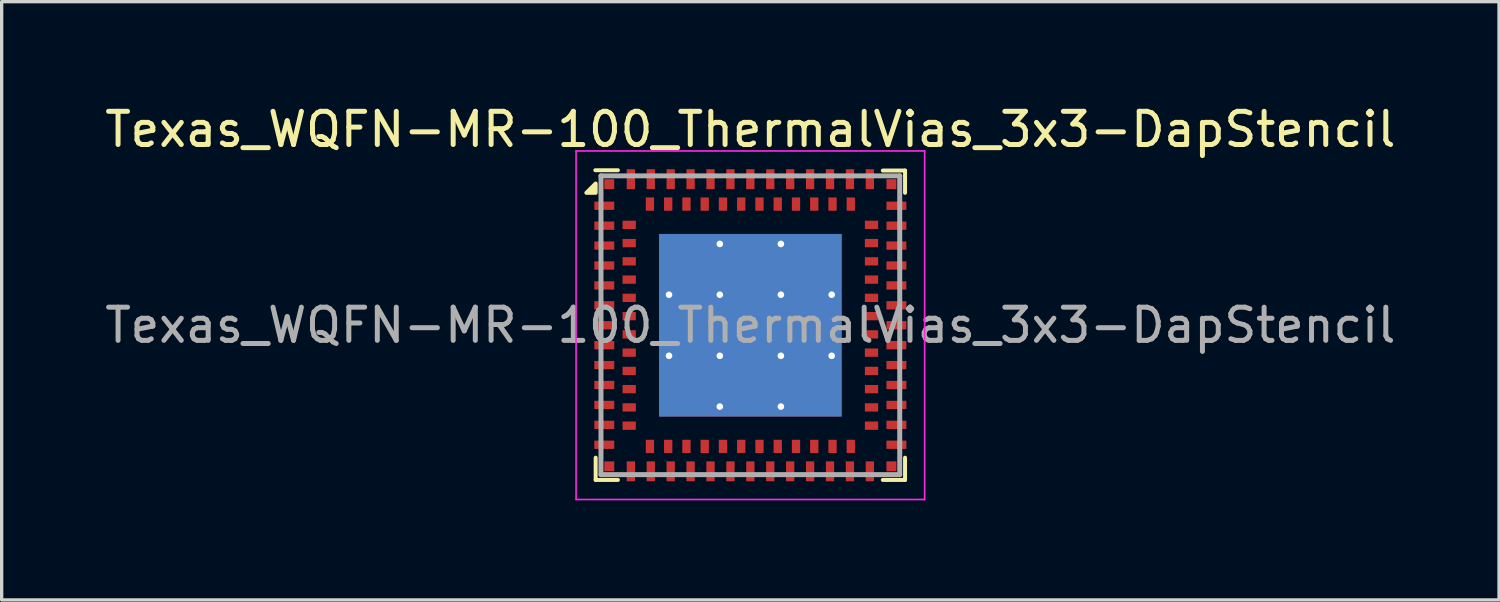
<source format=kicad_pcb>
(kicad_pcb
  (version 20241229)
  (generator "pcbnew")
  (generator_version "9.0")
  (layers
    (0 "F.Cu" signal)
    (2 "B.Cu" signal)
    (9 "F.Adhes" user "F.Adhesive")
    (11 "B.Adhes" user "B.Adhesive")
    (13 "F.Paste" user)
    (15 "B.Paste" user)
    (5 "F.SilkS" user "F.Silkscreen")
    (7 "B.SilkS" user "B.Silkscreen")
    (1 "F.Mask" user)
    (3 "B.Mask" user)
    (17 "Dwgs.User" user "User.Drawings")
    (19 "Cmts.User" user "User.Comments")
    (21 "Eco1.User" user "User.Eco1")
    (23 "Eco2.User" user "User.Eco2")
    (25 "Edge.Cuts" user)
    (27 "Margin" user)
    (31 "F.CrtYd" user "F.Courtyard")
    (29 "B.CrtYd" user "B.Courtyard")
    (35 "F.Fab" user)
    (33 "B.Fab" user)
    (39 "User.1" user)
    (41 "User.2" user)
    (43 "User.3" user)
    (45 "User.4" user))
  (footprint "Texas_WQFN-MR-100_ThermalVias_3x3-DapStencil"
    (layer "F.Cu")
    (at 19.554 6.748)
    (property "Reference" "Texas_WQFN-MR-100_ThermalVias_3x3-DapStencil" (at 0 -5.9 0) (layer "F.SilkS") (effects (font (size 1 1) (thickness 0.15))))
    (attr smd)
    (fp_line (start -4.67 -4.67) (end -3.99 -4.67) (stroke (width 0.12) (type solid)) (layer "F.SilkS"))
    (fp_line (start -4.66 3.99) (end -4.66 4.66) (stroke (width 0.12) (type solid)) (layer "F.SilkS"))
    (fp_line (start -4.66 4.66) (end -3.99 4.66) (stroke (width 0.12) (type solid)) (layer "F.SilkS"))
    (fp_line (start 4.66 -4.66) (end 3.99 -4.66) (stroke (width 0.12) (type solid)) (layer "F.SilkS"))
    (fp_line (start 4.66 -3.99) (end 4.66 -4.66) (stroke (width 0.12) (type solid)) (layer "F.SilkS"))
    (fp_line (start 4.66 3.99) (end 4.66 4.66) (stroke (width 0.12) (type solid)) (layer "F.SilkS"))
    (fp_line (start 4.66 4.66) (end 3.99 4.66) (stroke (width 0.12) (type solid)) (layer "F.SilkS"))
    (fp_poly (pts (xy -4.66 -3.99) (xy -4.94 -3.99) (xy -4.66 -4.27) (xy -4.66 -3.99)) (stroke (width 0.12) (type solid)) (fill yes) (layer "F.SilkS"))
    (fp_line (start -5.25 -5.25) (end 5.25 -5.25) (stroke (width 0.05) (type solid)) (layer "F.CrtYd"))
    (fp_line (start -5.25 5.25) (end -5.25 -5.25) (stroke (width 0.05) (type solid)) (layer "F.CrtYd"))
    (fp_line (start 5.25 -5.25) (end 5.25 5.25) (stroke (width 0.05) (type solid)) (layer "F.CrtYd"))
    (fp_line (start 5.25 5.25) (end -5.25 5.25) (stroke (width 0.05) (type solid)) (layer "F.CrtYd"))
    (fp_line (start -4.5 -4.5) (end -4.5 4.5) (stroke (width 0.15) (type solid)) (layer "F.Fab"))
    (fp_line (start -4.5 -4.5) (end 4.5 -4.5) (stroke (width 0.15) (type solid)) (layer "F.Fab"))
    (fp_line (start -4.5 4.5) (end 4.5 4.5) (stroke (width 0.15) (type solid)) (layer "F.Fab"))
    (fp_line (start 4.5 -4.5) (end 4.5 4.5) (stroke (width 0.15) (type solid)) (layer "F.Fab"))
    (fp_text user "${REFERENCE}" (at 0 0 0) (layer "F.Fab") (effects (font (size 1 1) (thickness 0.15))))
    (pad "A1" smd rect (at -4.4 -3.6 90) (size 0.25 0.6) (layers "F.Cu" "F.Mask" "F.Paste"))
    (pad "A2" smd rect (at -4.4 -3 90) (size 0.25 0.6) (layers "F.Cu" "F.Mask" "F.Paste"))
    (pad "A3" smd rect (at -4.4 -2.4 90) (size 0.25 0.6) (layers "F.Cu" "F.Mask" "F.Paste"))
    (pad "A4" smd rect (at -4.4 -1.8 90) (size 0.25 0.6) (layers "F.Cu" "F.Mask" "F.Paste"))
    (pad "A5" smd rect (at -4.4 -1.2 90) (size 0.25 0.6) (layers "F.Cu" "F.Mask" "F.Paste"))
    (pad "A6" smd rect (at -4.4 -0.6 90) (size 0.25 0.6) (layers "F.Cu" "F.Mask" "F.Paste"))
    (pad "A7" smd rect (at -4.4 0 90) (size 0.25 0.6) (layers "F.Cu" "F.Mask" "F.Paste"))
    (pad "A8" smd rect (at -4.4 0.6 90) (size 0.25 0.6) (layers "F.Cu" "F.Mask" "F.Paste"))
    (pad "A9" smd rect (at -4.4 1.2 90) (size 0.25 0.6) (layers "F.Cu" "F.Mask" "F.Paste"))
    (pad "A10" smd rect (at -4.4 1.8 90) (size 0.25 0.6) (layers "F.Cu" "F.Mask" "F.Paste"))
    (pad "A11" smd rect (at -4.4 2.4 90) (size 0.25 0.6) (layers "F.Cu" "F.Mask" "F.Paste"))
    (pad "A12" smd rect (at -4.4 3 90) (size 0.25 0.6) (layers "F.Cu" "F.Mask" "F.Paste"))
    (pad "A13" smd rect (at -4.4 3.6 90) (size 0.25 0.6) (layers "F.Cu" "F.Mask" "F.Paste"))
    (pad "A14" smd rect (at -3.6 4.4) (size 0.25 0.6) (layers "F.Cu" "F.Mask" "F.Paste"))
    (pad "A15" smd rect (at -3 4.4) (size 0.25 0.6) (layers "F.Cu" "F.Mask" "F.Paste"))
    (pad "A16" smd rect (at -2.4 4.4) (size 0.25 0.6) (layers "F.Cu" "F.Mask" "F.Paste"))
    (pad "A17" smd rect (at -1.8 4.4) (size 0.25 0.6) (layers "F.Cu" "F.Mask" "F.Paste"))
    (pad "A18" smd rect (at -1.2 4.4) (size 0.25 0.6) (layers "F.Cu" "F.Mask" "F.Paste"))
    (pad "A19" smd rect (at -0.6 4.4) (size 0.25 0.6) (layers "F.Cu" "F.Mask" "F.Paste"))
    (pad "A20" smd rect (at 0 4.4) (size 0.25 0.6) (layers "F.Cu" "F.Mask" "F.Paste"))
    (pad "A21" smd rect (at 0.6 4.4) (size 0.25 0.6) (layers "F.Cu" "F.Mask" "F.Paste"))
    (pad "A22" smd rect (at 1.2 4.4) (size 0.25 0.6) (layers "F.Cu" "F.Mask" "F.Paste"))
    (pad "A23" smd rect (at 1.8 4.4) (size 0.25 0.6) (layers "F.Cu" "F.Mask" "F.Paste"))
    (pad "A24" smd rect (at 2.4 4.4) (size 0.25 0.6) (layers "F.Cu" "F.Mask" "F.Paste"))
    (pad "A25" smd rect (at 3 4.4) (size 0.25 0.6) (layers "F.Cu" "F.Mask" "F.Paste"))
    (pad "A26" smd rect (at 3.6 4.4) (size 0.25 0.6) (layers "F.Cu" "F.Mask" "F.Paste"))
    (pad "A27" smd rect (at 4.4 3.6 90) (size 0.25 0.6) (layers "F.Cu" "F.Mask" "F.Paste"))
    (pad "A28" smd rect (at 4.4 3 90) (size 0.25 0.6) (layers "F.Cu" "F.Mask" "F.Paste"))
    (pad "A29" smd rect (at 4.4 2.4 90) (size 0.25 0.6) (layers "F.Cu" "F.Mask" "F.Paste"))
    (pad "A30" smd rect (at 4.4 1.8 90) (size 0.25 0.6) (layers "F.Cu" "F.Mask" "F.Paste"))
    (pad "A31" smd rect (at 4.4 1.2 90) (size 0.25 0.6) (layers "F.Cu" "F.Mask" "F.Paste"))
    (pad "A32" smd rect (at 4.4 0.6 90) (size 0.25 0.6) (layers "F.Cu" "F.Mask" "F.Paste"))
    (pad "A33" smd rect (at 4.4 0 90) (size 0.25 0.6) (layers "F.Cu" "F.Mask" "F.Paste"))
    (pad "A34" smd rect (at 4.4 -0.6 90) (size 0.25 0.6) (layers "F.Cu" "F.Mask" "F.Paste"))
    (pad "A35" smd rect (at 4.4 -1.2 90) (size 0.25 0.6) (layers "F.Cu" "F.Mask" "F.Paste"))
    (pad "A36" smd rect (at 4.4 -1.8 90) (size 0.25 0.6) (layers "F.Cu" "F.Mask" "F.Paste"))
    (pad "A37" smd rect (at 4.4 -2.4 90) (size 0.25 0.6) (layers "F.Cu" "F.Mask" "F.Paste"))
    (pad "A38" smd rect (at 4.4 -3 90) (size 0.25 0.6) (layers "F.Cu" "F.Mask" "F.Paste"))
    (pad "A39" smd rect (at 4.4 -3.6 90) (size 0.25 0.6) (layers "F.Cu" "F.Mask" "F.Paste"))
    (pad "A40" smd rect (at 3.6 -4.4) (size 0.25 0.6) (layers "F.Cu" "F.Mask" "F.Paste"))
    (pad "A41" smd rect (at 3 -4.4) (size 0.25 0.6) (layers "F.Cu" "F.Mask" "F.Paste"))
    (pad "A42" smd rect (at 2.4 -4.4) (size 0.25 0.6) (layers "F.Cu" "F.Mask" "F.Paste"))
    (pad "A43" smd rect (at 1.8 -4.4) (size 0.25 0.6) (layers "F.Cu" "F.Mask" "F.Paste"))
    (pad "A44" smd rect (at 1.2 -4.4) (size 0.25 0.6) (layers "F.Cu" "F.Mask" "F.Paste"))
    (pad "A45" smd rect (at 0.6 -4.4) (size 0.25 0.6) (layers "F.Cu" "F.Mask" "F.Paste"))
    (pad "A46" smd rect (at 0 -4.4) (size 0.25 0.6) (layers "F.Cu" "F.Mask" "F.Paste"))
    (pad "A47" smd rect (at -0.6 -4.4) (size 0.25 0.6) (layers "F.Cu" "F.Mask" "F.Paste"))
    (pad "A48" smd rect (at -1.2 -4.4) (size 0.25 0.6) (layers "F.Cu" "F.Mask" "F.Paste"))
    (pad "A49" smd rect (at -1.8 -4.4) (size 0.25 0.6) (layers "F.Cu" "F.Mask" "F.Paste"))
    (pad "A50" smd rect (at -2.4 -4.4) (size 0.25 0.6) (layers "F.Cu" "F.Mask" "F.Paste"))
    (pad "A51" smd rect (at -3 -4.4) (size 0.25 0.6) (layers "F.Cu" "F.Mask" "F.Paste"))
    (pad "A52" smd rect (at -3.6 -4.4) (size 0.25 0.6) (layers "F.Cu" "F.Mask" "F.Paste"))
    (pad "A53" thru_hole circle (at -2.45 -0.92) (size 0.5 0.5) (drill 0.2) (layers "*.Cu"))
    (pad "A53" thru_hole circle (at -2.45 0.92) (size 0.5 0.5) (drill 0.2) (layers "*.Cu"))
    (pad "A53" smd rect (at -1.835 -1.835) (size 1.83 1.83) (layers "F.Cu" "F.Mask" "F.Paste"))
    (pad "A53" smd rect (at -1.835 0) (size 1.83 1.84) (layers "F.Cu" "F.Mask" "F.Paste"))
    (pad "A53" smd rect (at -1.835 1.835) (size 1.83 1.83) (layers "F.Cu" "F.Mask" "F.Paste"))
    (pad "A53" thru_hole circle (at -0.92 -2.45) (size 0.5 0.5) (drill 0.2) (layers "*.Cu"))
    (pad "A53" thru_hole circle (at -0.92 -0.92) (size 0.5 0.5) (drill 0.2) (layers "*.Cu"))
    (pad "A53" thru_hole circle (at -0.92 0.92) (size 0.5 0.5) (drill 0.2) (layers "*.Cu"))
    (pad "A53" thru_hole circle (at -0.92 2.45) (size 0.5 0.5) (drill 0.2) (layers "*.Cu"))
    (pad "A53" smd rect (at 0 -1.835) (size 1.84 1.83) (layers "F.Cu" "F.Mask" "F.Paste"))
    (pad "A53" smd rect (at 0 0) (size 1.84 1.84) (layers "F.Cu" "F.Mask" "F.Paste"))
    (pad "A53" smd rect (at 0 0) (size 5.5 5.5) (layers "B.Cu"))
    (pad "A53" smd rect (at 0 1.835) (size 1.84 1.83) (layers "F.Cu" "F.Mask" "F.Paste"))
    (pad "A53" thru_hole circle (at 0.92 -2.45) (size 0.5 0.5) (drill 0.2) (layers "*.Cu"))
    (pad "A53" thru_hole circle (at 0.92 -0.92) (size 0.5 0.5) (drill 0.2) (layers "*.Cu"))
    (pad "A53" thru_hole circle (at 0.92 0.92) (size 0.5 0.5) (drill 0.2) (layers "*.Cu"))
    (pad "A53" thru_hole circle (at 0.92 2.45) (size 0.5 0.5) (drill 0.2) (layers "*.Cu"))
    (pad "A53" smd rect (at 1.835 -1.835) (size 1.83 1.83) (layers "F.Cu" "F.Mask" "F.Paste"))
    (pad "A53" smd rect (at 1.835 0) (size 1.83 1.84) (layers "F.Cu" "F.Mask" "F.Paste"))
    (pad "A53" smd rect (at 1.835 1.835) (size 1.83 1.83) (layers "F.Cu" "F.Mask" "F.Paste"))
    (pad "A53" thru_hole circle (at 2.45 -0.92) (size 0.5 0.5) (drill 0.2) (layers "*.Cu"))
    (pad "A53" thru_hole circle (at 2.45 0.92) (size 0.5 0.5) (drill 0.2) (layers "*.Cu"))
    (pad "B1" smd rect (at -3.65 -3.025 90) (size 0.25 0.4) (layers "F.Cu" "F.Mask" "F.Paste"))
    (pad "B2" smd rect (at -3.65 -2.475 90) (size 0.25 0.4) (layers "F.Cu" "F.Mask" "F.Paste"))
    (pad "B3" smd rect (at -3.65 -1.925 90) (size 0.25 0.4) (layers "F.Cu" "F.Mask" "F.Paste"))
    (pad "B4" smd rect (at -3.65 -1.375 90) (size 0.25 0.4) (layers "F.Cu" "F.Mask" "F.Paste"))
    (pad "B5" smd rect (at -3.65 -0.825 90) (size 0.25 0.4) (layers "F.Cu" "F.Mask" "F.Paste"))
    (pad "B6" smd rect (at -3.65 -0.275 90) (size 0.25 0.4) (layers "F.Cu" "F.Mask" "F.Paste"))
    (pad "B7" smd rect (at -3.65 0.275 90) (size 0.25 0.4) (layers "F.Cu" "F.Mask" "F.Paste"))
    (pad "B8" smd rect (at -3.65 0.825 90) (size 0.25 0.4) (layers "F.Cu" "F.Mask" "F.Paste"))
    (pad "B9" smd rect (at -3.65 1.375 90) (size 0.25 0.4) (layers "F.Cu" "F.Mask" "F.Paste"))
    (pad "B10" smd rect (at -3.65 1.925 90) (size 0.25 0.4) (layers "F.Cu" "F.Mask" "F.Paste"))
    (pad "B11" smd rect (at -3.65 2.475 90) (size 0.25 0.4) (layers "F.Cu" "F.Mask" "F.Paste"))
    (pad "B12" smd rect (at -3.65 3.025 90) (size 0.25 0.4) (layers "F.Cu" "F.Mask" "F.Paste"))
    (pad "B13" smd rect (at -3.025 3.65) (size 0.25 0.4) (layers "F.Cu" "F.Mask" "F.Paste"))
    (pad "B14" smd rect (at -2.475 3.65) (size 0.25 0.4) (layers "F.Cu" "F.Mask" "F.Paste"))
    (pad "B15" smd rect (at -1.925 3.65) (size 0.25 0.4) (layers "F.Cu" "F.Mask" "F.Paste"))
    (pad "B16" smd rect (at -1.375 3.65) (size 0.25 0.4) (layers "F.Cu" "F.Mask" "F.Paste"))
    (pad "B17" smd rect (at -0.825 3.65) (size 0.25 0.4) (layers "F.Cu" "F.Mask" "F.Paste"))
    (pad "B18" smd rect (at -0.275 3.65) (size 0.25 0.4) (layers "F.Cu" "F.Mask" "F.Paste"))
    (pad "B19" smd rect (at 0.275 3.65) (size 0.25 0.4) (layers "F.Cu" "F.Mask" "F.Paste"))
    (pad "B20" smd rect (at 0.825 3.65) (size 0.25 0.4) (layers "F.Cu" "F.Mask" "F.Paste"))
    (pad "B21" smd rect (at 1.375 3.65) (size 0.25 0.4) (layers "F.Cu" "F.Mask" "F.Paste"))
    (pad "B22" smd rect (at 1.925 3.65) (size 0.25 0.4) (layers "F.Cu" "F.Mask" "F.Paste"))
    (pad "B23" smd rect (at 2.475 3.65) (size 0.25 0.4) (layers "F.Cu" "F.Mask" "F.Paste"))
    (pad "B24" smd rect (at 3.025 3.65) (size 0.25 0.4) (layers "F.Cu" "F.Mask" "F.Paste"))
    (pad "B25" smd rect (at 3.65 3.025 90) (size 0.25 0.4) (layers "F.Cu" "F.Mask" "F.Paste"))
    (pad "B26" smd rect (at 3.65 2.475 90) (size 0.25 0.4) (layers "F.Cu" "F.Mask" "F.Paste"))
    (pad "B27" smd rect (at 3.65 1.925 90) (size 0.25 0.4) (layers "F.Cu" "F.Mask" "F.Paste"))
    (pad "B28" smd rect (at 3.65 1.375 90) (size 0.25 0.4) (layers "F.Cu" "F.Mask" "F.Paste"))
    (pad "B29" smd rect (at 3.65 0.825 90) (size 0.25 0.4) (layers "F.Cu" "F.Mask" "F.Paste"))
    (pad "B30" smd rect (at 3.65 0.275 90) (size 0.25 0.4) (layers "F.Cu" "F.Mask" "F.Paste"))
    (pad "B31" smd rect (at 3.65 -0.275 90) (size 0.25 0.4) (layers "F.Cu" "F.Mask" "F.Paste"))
    (pad "B32" smd rect (at 3.65 -0.825 90) (size 0.25 0.4) (layers "F.Cu" "F.Mask" "F.Paste"))
    (pad "B33" smd rect (at 3.65 -1.375 90) (size 0.25 0.4) (layers "F.Cu" "F.Mask" "F.Paste"))
    (pad "B34" smd rect (at 3.65 -1.925 90) (size 0.25 0.4) (layers "F.Cu" "F.Mask" "F.Paste"))
    (pad "B35" smd rect (at 3.65 -2.475 90) (size 0.25 0.4) (layers "F.Cu" "F.Mask" "F.Paste"))
    (pad "B36" smd rect (at 3.65 -3.025 90) (size 0.25 0.4) (layers "F.Cu" "F.Mask" "F.Paste"))
    (pad "B37" smd rect (at 3.025 -3.65) (size 0.25 0.4) (layers "F.Cu" "F.Mask" "F.Paste"))
    (pad "B38" smd rect (at 2.475 -3.65) (size 0.25 0.4) (layers "F.Cu" "F.Mask" "F.Paste"))
    (pad "B39" smd rect (at 1.925 -3.65) (size 0.25 0.4) (layers "F.Cu" "F.Mask" "F.Paste"))
    (pad "B40" smd rect (at 1.375 -3.65) (size 0.25 0.4) (layers "F.Cu" "F.Mask" "F.Paste"))
    (pad "B41" smd rect (at 0.825 -3.65) (size 0.25 0.4) (layers "F.Cu" "F.Mask" "F.Paste"))
    (pad "B42" smd rect (at 0.275 -3.65) (size 0.25 0.4) (layers "F.Cu" "F.Mask" "F.Paste"))
    (pad "B43" smd rect (at -0.275 -3.65) (size 0.25 0.4) (layers "F.Cu" "F.Mask" "F.Paste"))
    (pad "B44" smd rect (at -0.825 -3.65) (size 0.25 0.4) (layers "F.Cu" "F.Mask" "F.Paste"))
    (pad "B45" smd rect (at -1.375 -3.65) (size 0.25 0.4) (layers "F.Cu" "F.Mask" "F.Paste"))
    (pad "B46" smd rect (at -1.925 -3.65) (size 0.25 0.4) (layers "F.Cu" "F.Mask" "F.Paste"))
    (pad "B47" smd rect (at -2.475 -3.65) (size 0.25 0.4) (layers "F.Cu" "F.Mask" "F.Paste"))
    (pad "B48" smd rect (at -3.025 -3.65) (size 0.25 0.4) (layers "F.Cu" "F.Mask" "F.Paste"))
    (pad "C1" smd rect (at -4.25 -4.25) (size 0.3 0.3) (layers "F.Cu" "F.Mask" "F.Paste"))
    (pad "C2" smd rect (at -4.25 4.25) (size 0.3 0.3) (layers "F.Cu" "F.Mask" "F.Paste"))
    (pad "C3" smd rect (at 4.25 4.25) (size 0.3 0.3) (layers "F.Cu" "F.Mask" "F.Paste"))
    (pad "C4" smd rect (at 4.25 -4.25) (size 0.3 0.3) (layers "F.Cu" "F.Mask" "F.Paste")))
  (gr_rect
    (start -3 -3)
    (end 42.107 15.023)
    (stroke (width 0.1) (type default))
    (fill no)
    (layer "Edge.Cuts")))
</source>
